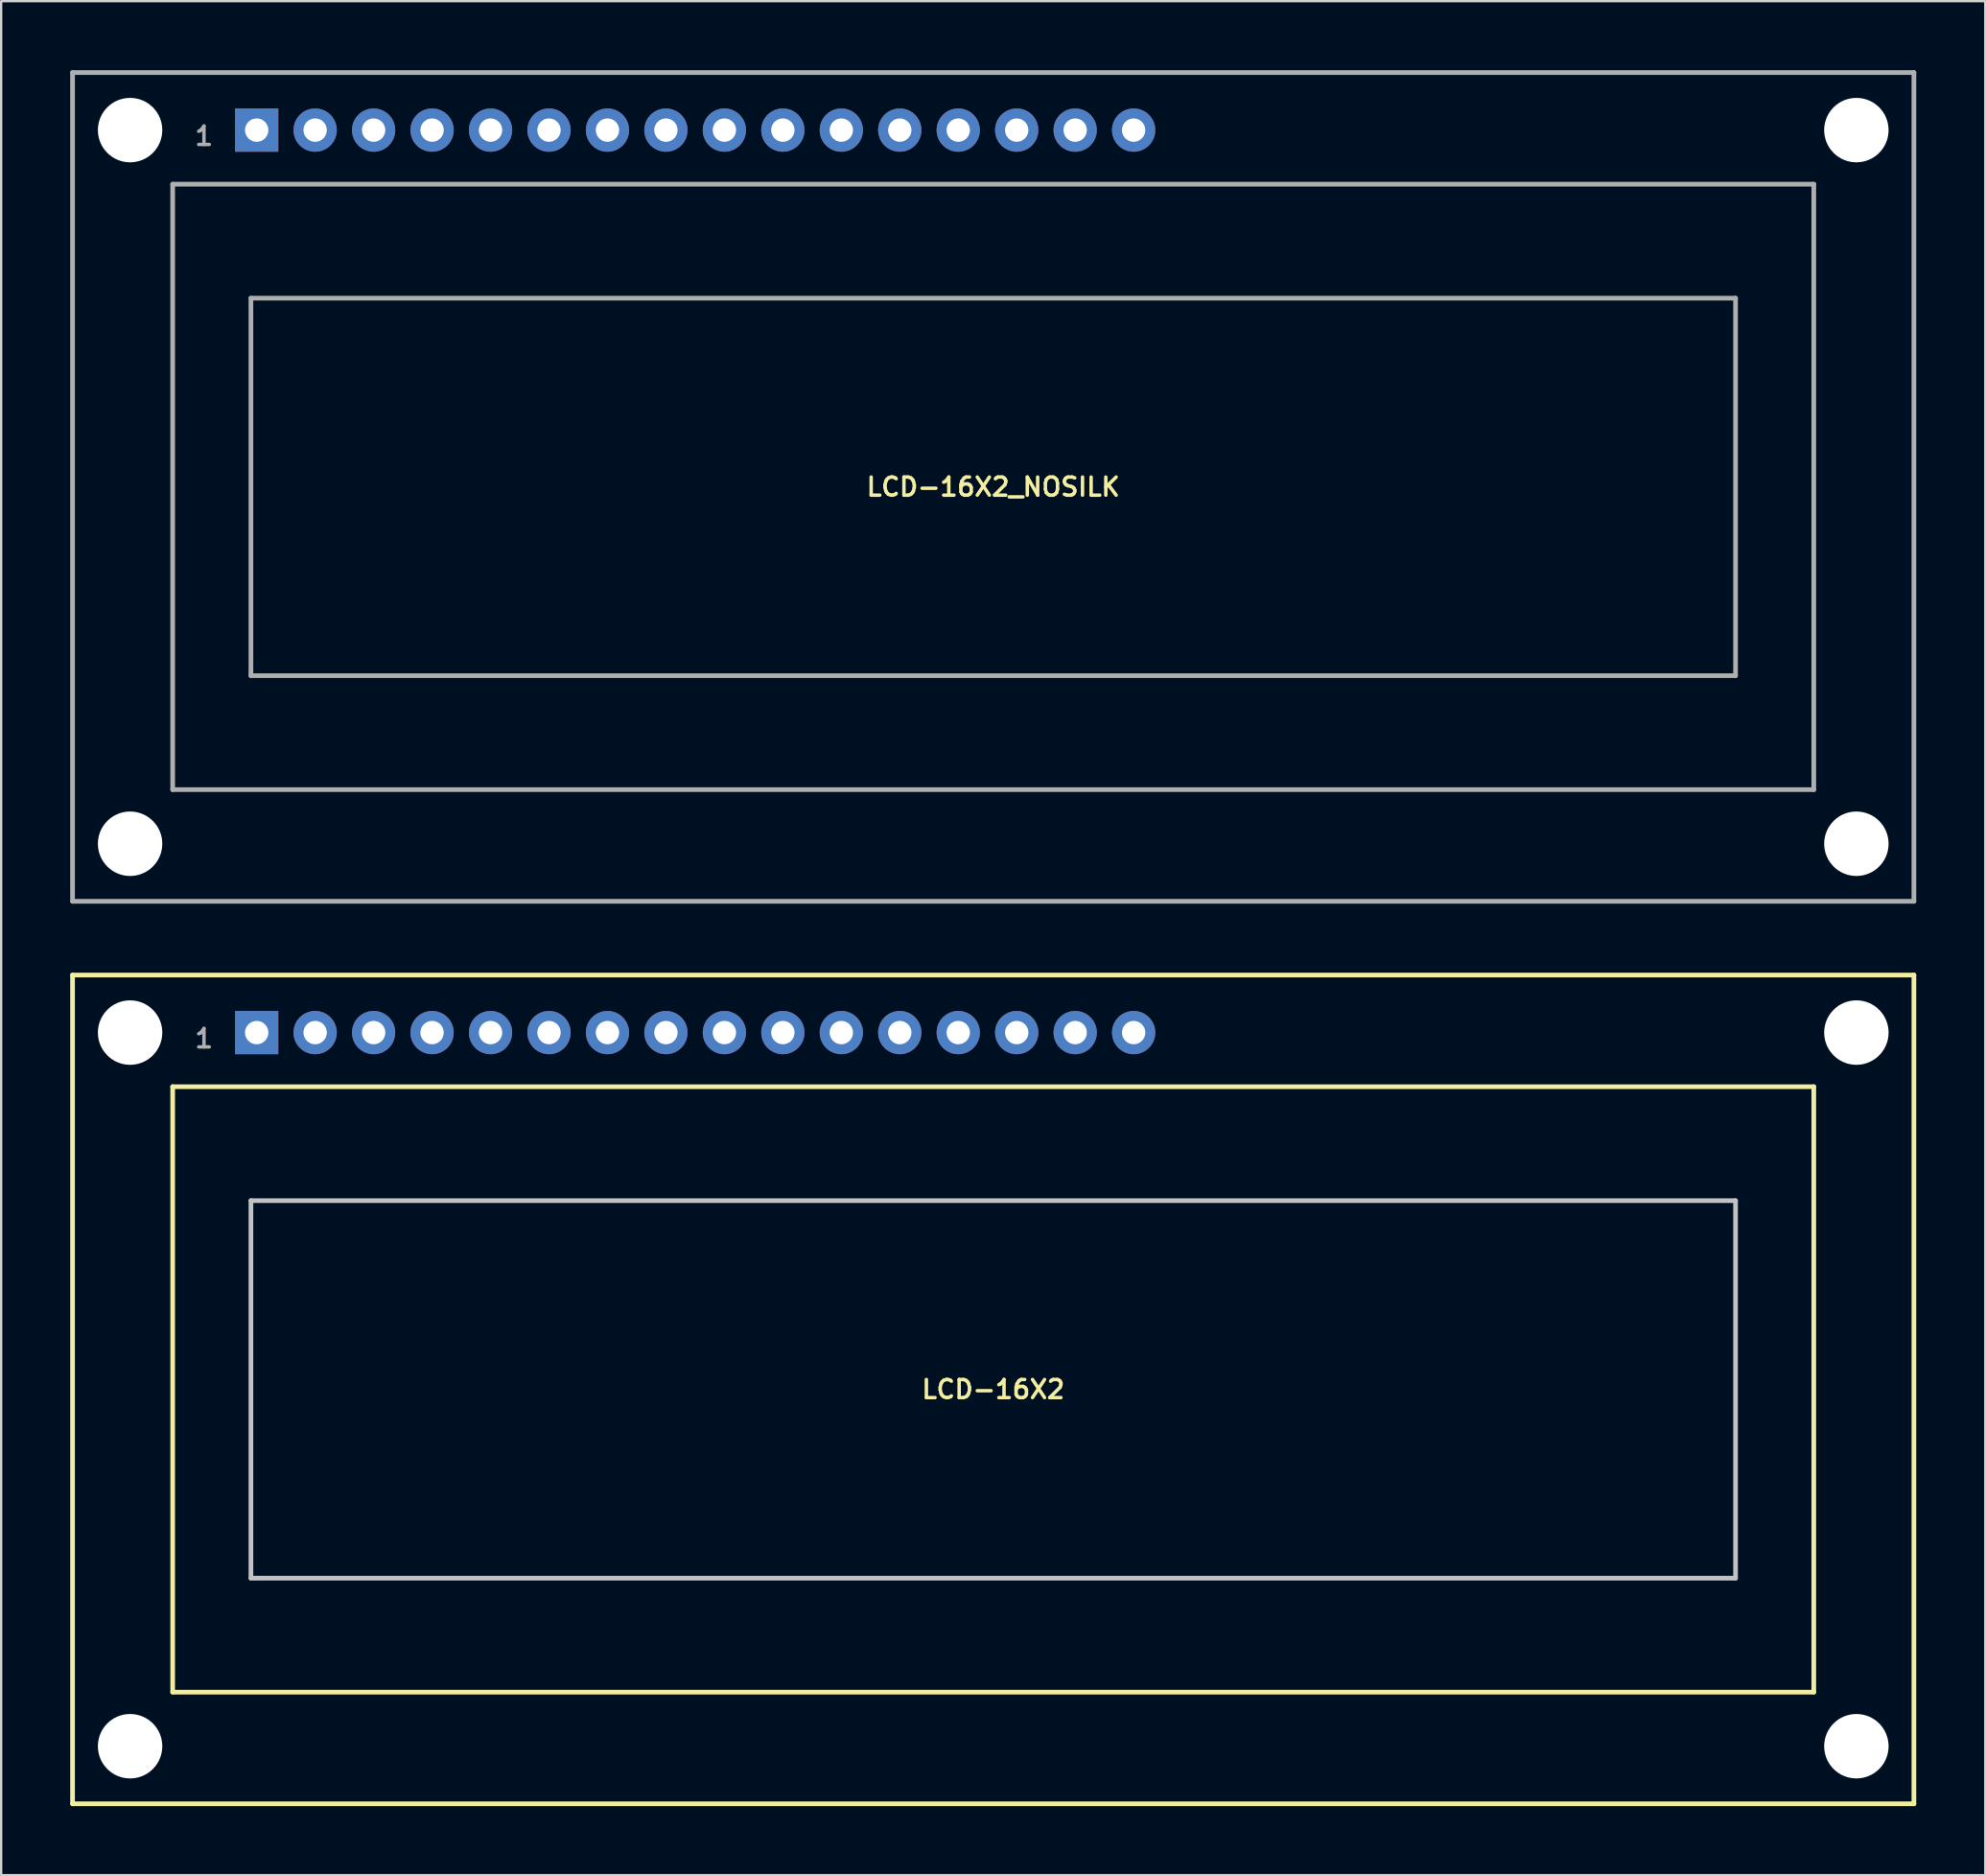
<source format=kicad_pcb>
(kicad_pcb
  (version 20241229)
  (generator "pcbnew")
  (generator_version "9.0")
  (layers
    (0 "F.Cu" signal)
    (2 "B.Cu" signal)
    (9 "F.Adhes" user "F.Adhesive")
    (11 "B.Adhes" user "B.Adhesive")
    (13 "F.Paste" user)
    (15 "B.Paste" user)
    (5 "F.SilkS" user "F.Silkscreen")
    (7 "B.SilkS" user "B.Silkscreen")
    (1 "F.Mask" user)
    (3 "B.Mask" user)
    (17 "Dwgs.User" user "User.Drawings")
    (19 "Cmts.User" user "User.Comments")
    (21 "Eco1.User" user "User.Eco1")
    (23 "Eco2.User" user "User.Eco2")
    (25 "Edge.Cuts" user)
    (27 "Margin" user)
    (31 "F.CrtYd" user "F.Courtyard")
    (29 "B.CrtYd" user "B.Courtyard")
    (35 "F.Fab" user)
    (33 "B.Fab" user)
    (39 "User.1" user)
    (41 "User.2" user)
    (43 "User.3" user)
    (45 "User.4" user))
  (footprint "LCD-16X2_NOSILK"
    (layer "F.Cu")
    (at 40.102 18.102)
    (property "Reference" "LCD-16X2_NOSILK" (at 0 0 0) (layer "F.SilkS") (effects (font (size 0.787 0.787) (thickness 0.15))))
    (attr through_hole)
    (fp_line (start -40 -18) (end 40 -18) (stroke (width 0.203) (type solid)) (layer "F.Fab"))
    (fp_line (start -40 18) (end -40 -18) (stroke (width 0.203) (type solid)) (layer "F.Fab"))
    (fp_line (start -35.65 -13.15) (end 35.65 -13.15) (stroke (width 0.203) (type solid)) (layer "F.Fab"))
    (fp_line (start -35.65 13.15) (end -35.65 -13.15) (stroke (width 0.203) (type solid)) (layer "F.Fab"))
    (fp_line (start -32.25 -8.2) (end 32.25 -8.2) (stroke (width 0.203) (type solid)) (layer "F.Fab"))
    (fp_line (start -32.25 8.2) (end -32.25 -8.2) (stroke (width 0.203) (type solid)) (layer "F.Fab"))
    (fp_line (start 32.25 -8.2) (end 32.25 8.2) (stroke (width 0.203) (type solid)) (layer "F.Fab"))
    (fp_line (start 32.25 8.2) (end -32.25 8.2) (stroke (width 0.203) (type solid)) (layer "F.Fab"))
    (fp_line (start 35.65 -13.15) (end 35.65 13.15) (stroke (width 0.203) (type solid)) (layer "F.Fab"))
    (fp_line (start 35.65 13.15) (end -35.65 13.15) (stroke (width 0.203) (type solid)) (layer "F.Fab"))
    (fp_line (start 40 -18) (end 40 18) (stroke (width 0.203) (type solid)) (layer "F.Fab"))
    (fp_line (start 40 18) (end -40 18) (stroke (width 0.203) (type solid)) (layer "F.Fab"))
    (fp_text user "1" (at -34.29 -15.24 0) (layer "F.Fab") (effects (font (size 0.8 0.8) (thickness 0.15))))
    (pad "" np_thru_hole circle (at -37.5 -15.5) (size 2.8 2.8) (drill 2.8) (layers "*.Cu" "*.Mask"))
    (pad "" np_thru_hole circle (at -37.5 15.5) (size 2.8 2.8) (drill 2.8) (layers "*.Cu" "*.Mask"))
    (pad "" np_thru_hole circle (at 37.5 -15.5) (size 2.8 2.8) (drill 2.8) (layers "*.Cu" "*.Mask"))
    (pad "" np_thru_hole circle (at 37.5 15.5) (size 2.8 2.8) (drill 2.8) (layers "*.Cu" "*.Mask"))
    (pad "1" thru_hole rect (at -32 -15.5) (size 1.88 1.88) (drill 1.016) (layers "*.Cu" "*.Mask"))
    (pad "2" thru_hole circle (at -29.46 -15.5) (size 1.88 1.88) (drill 1.016) (layers "*.Cu" "*.Mask"))
    (pad "3" thru_hole circle (at -26.92 -15.5) (size 1.88 1.88) (drill 1.016) (layers "*.Cu" "*.Mask"))
    (pad "4" thru_hole circle (at -24.38 -15.5) (size 1.88 1.88) (drill 1.016) (layers "*.Cu" "*.Mask"))
    (pad "5" thru_hole circle (at -21.84 -15.5) (size 1.88 1.88) (drill 1.016) (layers "*.Cu" "*.Mask"))
    (pad "6" thru_hole circle (at -19.3 -15.5) (size 1.88 1.88) (drill 1.016) (layers "*.Cu" "*.Mask"))
    (pad "7" thru_hole circle (at -16.76 -15.5) (size 1.88 1.88) (drill 1.016) (layers "*.Cu" "*.Mask"))
    (pad "8" thru_hole circle (at -14.22 -15.5) (size 1.88 1.88) (drill 1.016) (layers "*.Cu" "*.Mask"))
    (pad "9" thru_hole circle (at -11.68 -15.5) (size 1.88 1.88) (drill 1.016) (layers "*.Cu" "*.Mask"))
    (pad "10" thru_hole circle (at -9.14 -15.5) (size 1.88 1.88) (drill 1.016) (layers "*.Cu" "*.Mask"))
    (pad "11" thru_hole circle (at -6.6 -15.5) (size 1.88 1.88) (drill 1.016) (layers "*.Cu" "*.Mask"))
    (pad "12" thru_hole circle (at -4.06 -15.5) (size 1.88 1.88) (drill 1.016) (layers "*.Cu" "*.Mask"))
    (pad "13" thru_hole circle (at -1.52 -15.5) (size 1.88 1.88) (drill 1.016) (layers "*.Cu" "*.Mask"))
    (pad "14" thru_hole circle (at 1.02 -15.5) (size 1.88 1.88) (drill 1.016) (layers "*.Cu" "*.Mask"))
    (pad "15" thru_hole circle (at 3.56 -15.5) (size 1.88 1.88) (drill 1.016) (layers "*.Cu" "*.Mask"))
    (pad "16" thru_hole circle (at 6.1 -15.5) (size 1.88 1.88) (drill 1.016) (layers "*.Cu" "*.Mask")))
  (footprint "LCD-16X2"
    (layer "F.Cu")
    (at 40.102 57.305)
    (property "Reference" "LCD-16X2" (at 0 0 0) (layer "F.SilkS") (effects (font (size 0.787 0.787) (thickness 0.15))))
    (attr through_hole)
    (fp_line (start -40 -18) (end 40 -18) (stroke (width 0.203) (type solid)) (layer "F.SilkS"))
    (fp_line (start -40 18) (end -40 -18) (stroke (width 0.203) (type solid)) (layer "F.SilkS"))
    (fp_line (start -35.65 -13.15) (end 35.65 -13.15) (stroke (width 0.203) (type solid)) (layer "F.SilkS"))
    (fp_line (start -35.65 13.15) (end -35.65 -13.15) (stroke (width 0.203) (type solid)) (layer "F.SilkS"))
    (fp_line (start 35.65 -13.15) (end 35.65 13.15) (stroke (width 0.203) (type solid)) (layer "F.SilkS"))
    (fp_line (start 35.65 13.15) (end -35.65 13.15) (stroke (width 0.203) (type solid)) (layer "F.SilkS"))
    (fp_line (start 40 -18) (end 40 18) (stroke (width 0.203) (type solid)) (layer "F.SilkS"))
    (fp_line (start 40 18) (end -40 18) (stroke (width 0.203) (type solid)) (layer "F.SilkS"))
    (fp_line (start -32.25 -8.2) (end 32.25 -8.2) (stroke (width 0.203) (type solid)) (layer "Dwgs.User"))
    (fp_line (start -32.25 8.2) (end -32.25 -8.2) (stroke (width 0.203) (type solid)) (layer "Dwgs.User"))
    (fp_line (start 32.25 -8.2) (end 32.25 8.2) (stroke (width 0.203) (type solid)) (layer "Dwgs.User"))
    (fp_line (start 32.25 8.2) (end -32.25 8.2) (stroke (width 0.203) (type solid)) (layer "Dwgs.User"))
    (fp_text user "1" (at -34.29 -15.24 0) (layer "F.Fab") (effects (font (size 0.8 0.8) (thickness 0.15))))
    (pad "" np_thru_hole circle (at -37.5 -15.5) (size 2.8 2.8) (drill 2.8) (layers "*.Cu" "*.Mask"))
    (pad "" np_thru_hole circle (at -37.5 15.5) (size 2.8 2.8) (drill 2.8) (layers "*.Cu" "*.Mask"))
    (pad "" np_thru_hole circle (at 37.5 -15.5) (size 2.8 2.8) (drill 2.8) (layers "*.Cu" "*.Mask"))
    (pad "" np_thru_hole circle (at 37.5 15.5) (size 2.8 2.8) (drill 2.8) (layers "*.Cu" "*.Mask"))
    (pad "1" thru_hole rect (at -32 -15.5) (size 1.88 1.88) (drill 1.016) (layers "*.Cu" "*.Mask"))
    (pad "2" thru_hole circle (at -29.46 -15.5) (size 1.88 1.88) (drill 1.016) (layers "*.Cu" "*.Mask"))
    (pad "3" thru_hole circle (at -26.92 -15.5) (size 1.88 1.88) (drill 1.016) (layers "*.Cu" "*.Mask"))
    (pad "4" thru_hole circle (at -24.38 -15.5) (size 1.88 1.88) (drill 1.016) (layers "*.Cu" "*.Mask"))
    (pad "5" thru_hole circle (at -21.84 -15.5) (size 1.88 1.88) (drill 1.016) (layers "*.Cu" "*.Mask"))
    (pad "6" thru_hole circle (at -19.3 -15.5) (size 1.88 1.88) (drill 1.016) (layers "*.Cu" "*.Mask"))
    (pad "7" thru_hole circle (at -16.76 -15.5) (size 1.88 1.88) (drill 1.016) (layers "*.Cu" "*.Mask"))
    (pad "8" thru_hole circle (at -14.22 -15.5) (size 1.88 1.88) (drill 1.016) (layers "*.Cu" "*.Mask"))
    (pad "9" thru_hole circle (at -11.68 -15.5) (size 1.88 1.88) (drill 1.016) (layers "*.Cu" "*.Mask"))
    (pad "10" thru_hole circle (at -9.14 -15.5) (size 1.88 1.88) (drill 1.016) (layers "*.Cu" "*.Mask"))
    (pad "11" thru_hole circle (at -6.6 -15.5) (size 1.88 1.88) (drill 1.016) (layers "*.Cu" "*.Mask"))
    (pad "12" thru_hole circle (at -4.06 -15.5) (size 1.88 1.88) (drill 1.016) (layers "*.Cu" "*.Mask"))
    (pad "13" thru_hole circle (at -1.52 -15.5) (size 1.88 1.88) (drill 1.016) (layers "*.Cu" "*.Mask"))
    (pad "14" thru_hole circle (at 1.02 -15.5) (size 1.88 1.88) (drill 1.016) (layers "*.Cu" "*.Mask"))
    (pad "15" thru_hole circle (at 3.56 -15.5) (size 1.88 1.88) (drill 1.016) (layers "*.Cu" "*.Mask"))
    (pad "16" thru_hole circle (at 6.1 -15.5) (size 1.88 1.88) (drill 1.016) (layers "*.Cu" "*.Mask")))
  (gr_rect
    (start -3 -3)
    (end 83.203 78.406)
    (stroke (width 0.1) (type default))
    (fill no)
    (layer "Edge.Cuts")))
</source>
